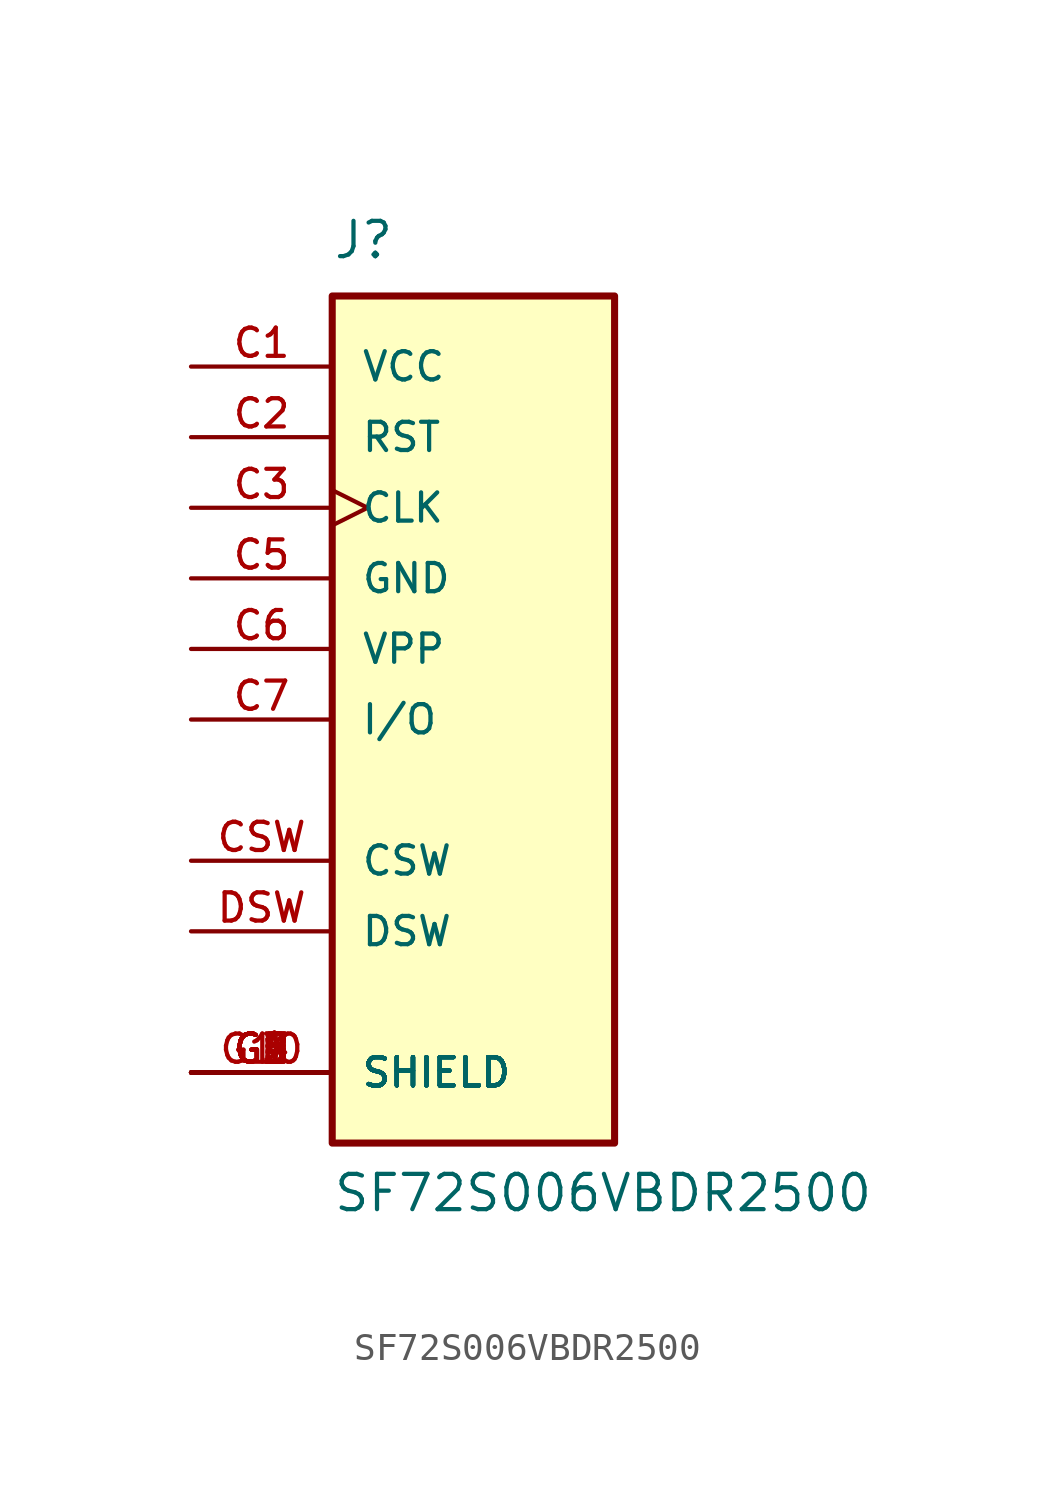
<source format=kicad_sym>
(kicad_symbol_lib
  (version 20211014)
  (generator kicad_symbol_editor)
  (symbol "SF72S006VBDR2500"
    (pin_names
      (offset 1.016))
    (property "Reference" "J"
      (at -5.08 16.51 0)
      (effects (font (size 1.27 1.27)) (justify bottom left)))
    (property "Value" "SF72S006VBDR2500"
      (at -5.08 -17.78 0)
      (effects (font (size 1.27 1.27)) (justify bottom left)))
    (symbol "SF72S006VBDR2500_0_0"
      (rectangle (start -5.08 -15.24) (end 5.08 15.24) (stroke (width 0.254)) (fill (type background)))
      (pin power_in line (at -10.16 12.7 0) (length 5.08) (name "VCC" (effects (font (size 1.016 1.016)))) (number "C1" (effects (font (size 1.016 1.016)))))
      (pin power_in line (at -10.16 5.08 0) (length 5.08) (name "GND" (effects (font (size 1.016 1.016)))) (number "C5" (effects (font (size 1.016 1.016)))))
      (pin power_in line (at -10.16 2.54 0) (length 5.08) (name "VPP" (effects (font (size 1.016 1.016)))) (number "C6" (effects (font (size 1.016 1.016)))))
      (pin bidirectional line (at -10.16 10.16 0) (length 5.08) (name "RST" (effects (font (size 1.016 1.016)))) (number "C2" (effects (font (size 1.016 1.016)))))
      (pin bidirectional clock (at -10.16 7.62 0) (length 5.08) (name "CLK" (effects (font (size 1.016 1.016)))) (number "C3" (effects (font (size 1.016 1.016)))))
      (pin bidirectional line (at -10.16 0.0 0) (length 5.08) (name "I/O" (effects (font (size 1.016 1.016)))) (number "C7" (effects (font (size 1.016 1.016)))))
      (pin bidirectional line (at -10.16 -5.08 0) (length 5.08) (name "CSW" (effects (font (size 1.016 1.016)))) (number "CSW" (effects (font (size 1.016 1.016)))))
      (pin bidirectional line (at -10.16 -7.62 0) (length 5.08) (name "DSW" (effects (font (size 1.016 1.016)))) (number "DSW" (effects (font (size 1.016 1.016)))))
      (pin passive line (at -10.16 -12.7 0) (length 5.08) (name "SHIELD" (effects (font (size 1.016 1.016)))) (number "G1" (effects (font (size 1.016 1.016)))))
      (pin passive line (at -10.16 -12.7 0) (length 5.08) (name "SHIELD" (effects (font (size 1.016 1.016)))) (number "G2" (effects (font (size 1.016 1.016)))))
      (pin passive line (at -10.16 -12.7 0) (length 5.08) (name "SHIELD" (effects (font (size 1.016 1.016)))) (number "G3" (effects (font (size 1.016 1.016)))))
      (pin passive line (at -10.16 -12.7 0) (length 5.08) (name "SHIELD" (effects (font (size 1.016 1.016)))) (number "G4" (effects (font (size 1.016 1.016)))))
      (pin passive line (at -10.16 -12.7 0) (length 5.08) (name "SHIELD" (effects (font (size 1.016 1.016)))) (number "G5" (effects (font (size 1.016 1.016)))))
      (pin passive line (at -10.16 -12.7 0) (length 5.08) (name "SHIELD" (effects (font (size 1.016 1.016)))) (number "G6" (effects (font (size 1.016 1.016)))))
      (pin passive line (at -10.16 -12.7 0) (length 5.08) (name "SHIELD" (effects (font (size 1.016 1.016)))) (number "G7" (effects (font (size 1.016 1.016)))))
      (pin passive line (at -10.16 -12.7 0) (length 5.08) (name "SHIELD" (effects (font (size 1.016 1.016)))) (number "G8" (effects (font (size 1.016 1.016)))))
      (pin passive line (at -10.16 -12.7 0) (length 5.08) (name "SHIELD" (effects (font (size 1.016 1.016)))) (number "G9" (effects (font (size 1.016 1.016)))))
      (pin passive line (at -10.16 -12.7 0) (length 5.08) (name "SHIELD" (effects (font (size 1.016 1.016)))) (number "G10" (effects (font (size 1.016 1.016))))))))
</source>
